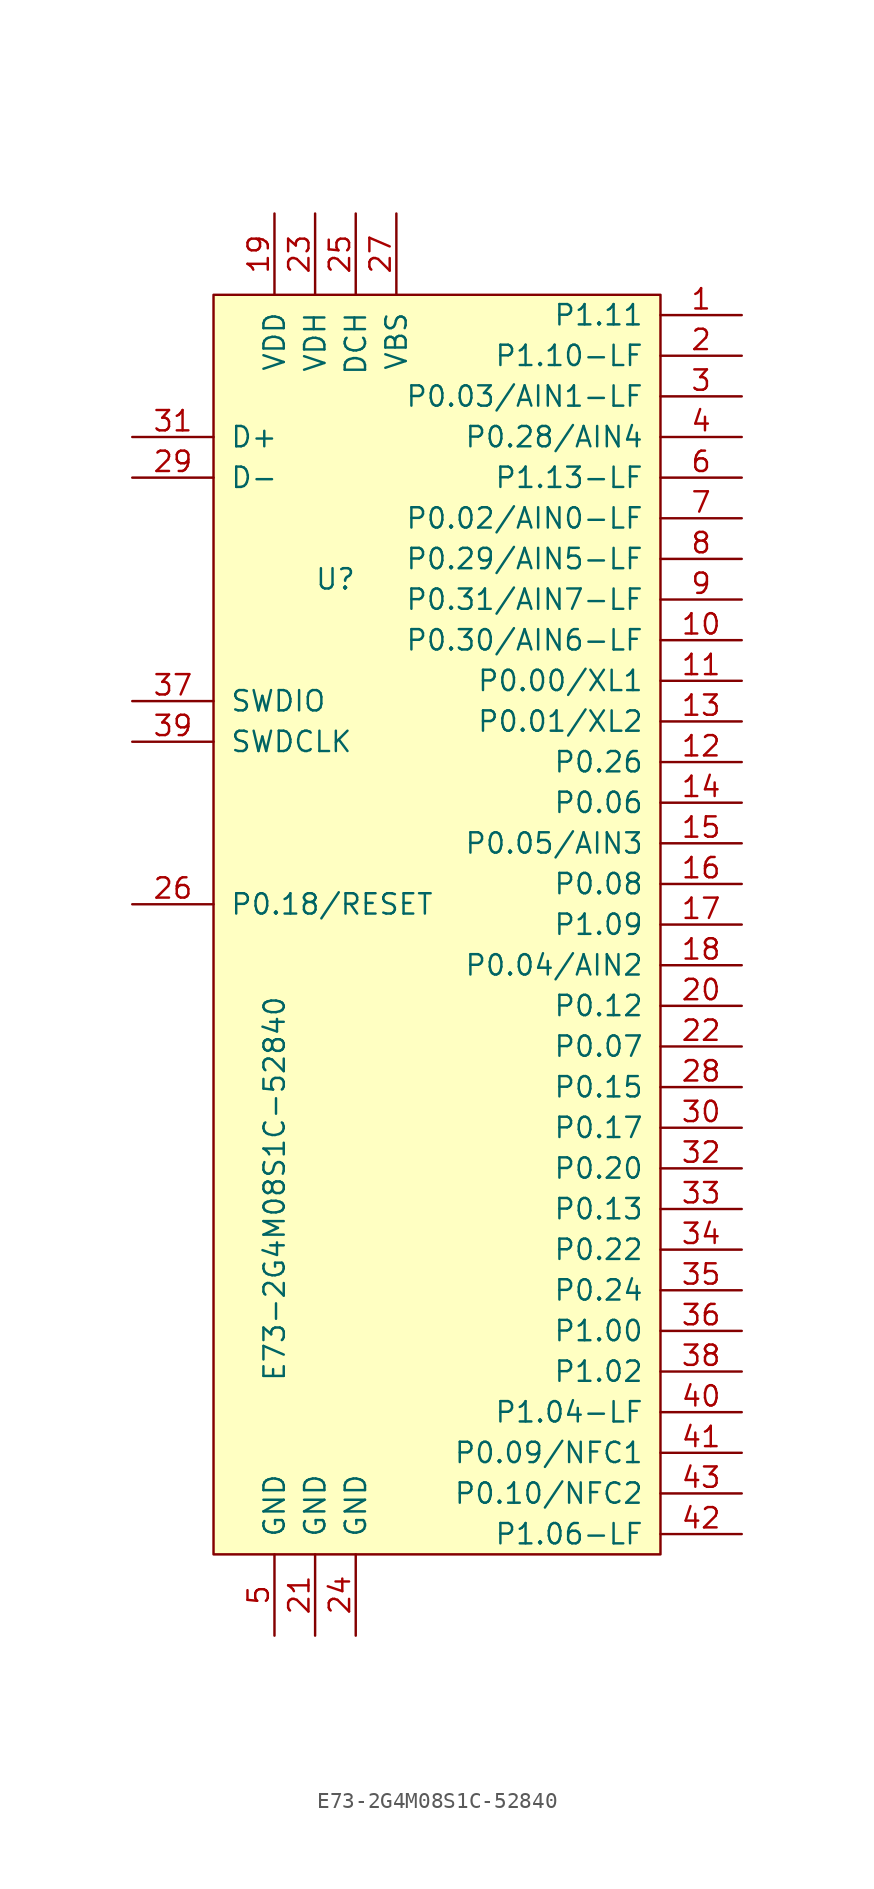
<source format=kicad_sym>
(kicad_symbol_lib
  (version 20211014)
  (generator kicad_symbol_editor)
  (symbol "E73-2G4M08S1C-52840"
    (pin_names
      (offset 1.016))
    (property "Reference" "U"
      (at -5.08 6.35 0)
      (effects (font (size 1.27 1.27))))
    (property "Value" "E73-2G4M08S1C-52840"
      (at -8.89 -31.75 90)
      (effects (font (size 1.27 1.27))))
    (symbol "E73-2G4M08S1C-52840_0_1"
      (rectangle (start 15.24 -54.61) (end -12.7 24.13) (stroke (width 0) (type default) (color 0 0 0 0)) (fill (type background))))
    (symbol "E73-2G4M08S1C-52840_1_1"
      (pin input line (at 20.32 22.86 180) (length 5.08) (name "P1.11" (effects (font (size 1.27 1.27)))) (number "1" (effects (font (size 1.27 1.27)))))
      (pin input line (at 20.32 2.54 180) (length 5.08) (name "P0.30/AIN6-LF" (effects (font (size 1.27 1.27)))) (number "10" (effects (font (size 1.27 1.27)))))
      (pin input line (at 20.32 0 180) (length 5.08) (name "P0.00/XL1" (effects (font (size 1.27 1.27)))) (number "11" (effects (font (size 1.27 1.27)))))
      (pin input line (at 20.32 -5.08 180) (length 5.08) (name "P0.26" (effects (font (size 1.27 1.27)))) (number "12" (effects (font (size 1.27 1.27)))))
      (pin input line (at 20.32 -2.54 180) (length 5.08) (name "P0.01/XL2" (effects (font (size 1.27 1.27)))) (number "13" (effects (font (size 1.27 1.27)))))
      (pin input line (at 20.32 -7.62 180) (length 5.08) (name "P0.06" (effects (font (size 1.27 1.27)))) (number "14" (effects (font (size 1.27 1.27)))))
      (pin input line (at 20.32 -10.16 180) (length 5.08) (name "P0.05/AIN3" (effects (font (size 1.27 1.27)))) (number "15" (effects (font (size 1.27 1.27)))))
      (pin input line (at 20.32 -12.7 180) (length 5.08) (name "P0.08" (effects (font (size 1.27 1.27)))) (number "16" (effects (font (size 1.27 1.27)))))
      (pin input line (at 20.32 -15.24 180) (length 5.08) (name "P1.09" (effects (font (size 1.27 1.27)))) (number "17" (effects (font (size 1.27 1.27)))))
      (pin input line (at 20.32 -17.78 180) (length 5.08) (name "P0.04/AIN2" (effects (font (size 1.27 1.27)))) (number "18" (effects (font (size 1.27 1.27)))))
      (pin input line (at -8.89 29.21 270) (length 5.08) (name "VDD" (effects (font (size 1.27 1.27)))) (number "19" (effects (font (size 1.27 1.27)))))
      (pin input line (at 20.32 20.32 180) (length 5.08) (name "P1.10-LF" (effects (font (size 1.27 1.27)))) (number "2" (effects (font (size 1.27 1.27)))))
      (pin input line (at 20.32 -20.32 180) (length 5.08) (name "P0.12" (effects (font (size 1.27 1.27)))) (number "20" (effects (font (size 1.27 1.27)))))
      (pin input line (at -6.35 -59.69 90) (length 5.08) (name "GND" (effects (font (size 1.27 1.27)))) (number "21" (effects (font (size 1.27 1.27)))))
      (pin input line (at 20.32 -22.86 180) (length 5.08) (name "P0.07" (effects (font (size 1.27 1.27)))) (number "22" (effects (font (size 1.27 1.27)))))
      (pin input line (at -6.35 29.21 270) (length 5.08) (name "VDH" (effects (font (size 1.27 1.27)))) (number "23" (effects (font (size 1.27 1.27)))))
      (pin input line (at -3.81 -59.69 90) (length 5.08) (name "GND" (effects (font (size 1.27 1.27)))) (number "24" (effects (font (size 1.27 1.27)))))
      (pin input line (at -3.81 29.21 270) (length 5.08) (name "DCH" (effects (font (size 1.27 1.27)))) (number "25" (effects (font (size 1.27 1.27)))))
      (pin input line (at -17.78 -13.97 0) (length 5.08) (name "P0.18/RESET" (effects (font (size 1.27 1.27)))) (number "26" (effects (font (size 1.27 1.27)))))
      (pin input line (at -1.27 29.21 270) (length 5.08) (name "VBS" (effects (font (size 1.27 1.27)))) (number "27" (effects (font (size 1.27 1.27)))))
      (pin input line (at 20.32 -25.4 180) (length 5.08) (name "P0.15" (effects (font (size 1.27 1.27)))) (number "28" (effects (font (size 1.27 1.27)))))
      (pin input line (at -17.78 12.7 0) (length 5.08) (name "D-" (effects (font (size 1.27 1.27)))) (number "29" (effects (font (size 1.27 1.27)))))
      (pin input line (at 20.32 17.78 180) (length 5.08) (name "P0.03/AIN1-LF" (effects (font (size 1.27 1.27)))) (number "3" (effects (font (size 1.27 1.27)))))
      (pin input line (at 20.32 -27.94 180) (length 5.08) (name "P0.17" (effects (font (size 1.27 1.27)))) (number "30" (effects (font (size 1.27 1.27)))))
      (pin input line (at -17.78 15.24 0) (length 5.08) (name "D+" (effects (font (size 1.27 1.27)))) (number "31" (effects (font (size 1.27 1.27)))))
      (pin input line (at 20.32 -30.48 180) (length 5.08) (name "P0.20" (effects (font (size 1.27 1.27)))) (number "32" (effects (font (size 1.27 1.27)))))
      (pin input line (at 20.32 -33.02 180) (length 5.08) (name "P0.13" (effects (font (size 1.27 1.27)))) (number "33" (effects (font (size 1.27 1.27)))))
      (pin input line (at 20.32 -35.56 180) (length 5.08) (name "P0.22" (effects (font (size 1.27 1.27)))) (number "34" (effects (font (size 1.27 1.27)))))
      (pin input line (at 20.32 -38.1 180) (length 5.08) (name "P0.24" (effects (font (size 1.27 1.27)))) (number "35" (effects (font (size 1.27 1.27)))))
      (pin input line (at 20.32 -40.64 180) (length 5.08) (name "P1.00" (effects (font (size 1.27 1.27)))) (number "36" (effects (font (size 1.27 1.27)))))
      (pin input line (at -17.78 -1.27 0) (length 5.08) (name "SWDIO" (effects (font (size 1.27 1.27)))) (number "37" (effects (font (size 1.27 1.27)))))
      (pin input line (at 20.32 -43.18 180) (length 5.08) (name "P1.02" (effects (font (size 1.27 1.27)))) (number "38" (effects (font (size 1.27 1.27)))))
      (pin input line (at -17.78 -3.81 0) (length 5.08) (name "SWDCLK" (effects (font (size 1.27 1.27)))) (number "39" (effects (font (size 1.27 1.27)))))
      (pin input line (at 20.32 15.24 180) (length 5.08) (name "P0.28/AIN4" (effects (font (size 1.27 1.27)))) (number "4" (effects (font (size 1.27 1.27)))))
      (pin input line (at 20.32 -45.72 180) (length 5.08) (name "P1.04-LF" (effects (font (size 1.27 1.27)))) (number "40" (effects (font (size 1.27 1.27)))))
      (pin input line (at 20.32 -48.26 180) (length 5.08) (name "P0.09/NFC1" (effects (font (size 1.27 1.27)))) (number "41" (effects (font (size 1.27 1.27)))))
      (pin input line (at 20.32 -53.34 180) (length 5.08) (name "P1.06-LF" (effects (font (size 1.27 1.27)))) (number "42" (effects (font (size 1.27 1.27)))))
      (pin input line (at 20.32 -50.8 180) (length 5.08) (name "P0.10/NFC2" (effects (font (size 1.27 1.27)))) (number "43" (effects (font (size 1.27 1.27)))))
      (pin input line (at -8.89 -59.69 90) (length 5.08) (name "GND" (effects (font (size 1.27 1.27)))) (number "5" (effects (font (size 1.27 1.27)))))
      (pin input line (at 20.32 12.7 180) (length 5.08) (name "P1.13-LF" (effects (font (size 1.27 1.27)))) (number "6" (effects (font (size 1.27 1.27)))))
      (pin input line (at 20.32 10.16 180) (length 5.08) (name "P0.02/AIN0-LF" (effects (font (size 1.27 1.27)))) (number "7" (effects (font (size 1.27 1.27)))))
      (pin input line (at 20.32 7.62 180) (length 5.08) (name "P0.29/AIN5-LF" (effects (font (size 1.27 1.27)))) (number "8" (effects (font (size 1.27 1.27)))))
      (pin input line (at 20.32 5.08 180) (length 5.08) (name "P0.31/AIN7-LF" (effects (font (size 1.27 1.27)))) (number "9" (effects (font (size 1.27 1.27))))))))
</source>
